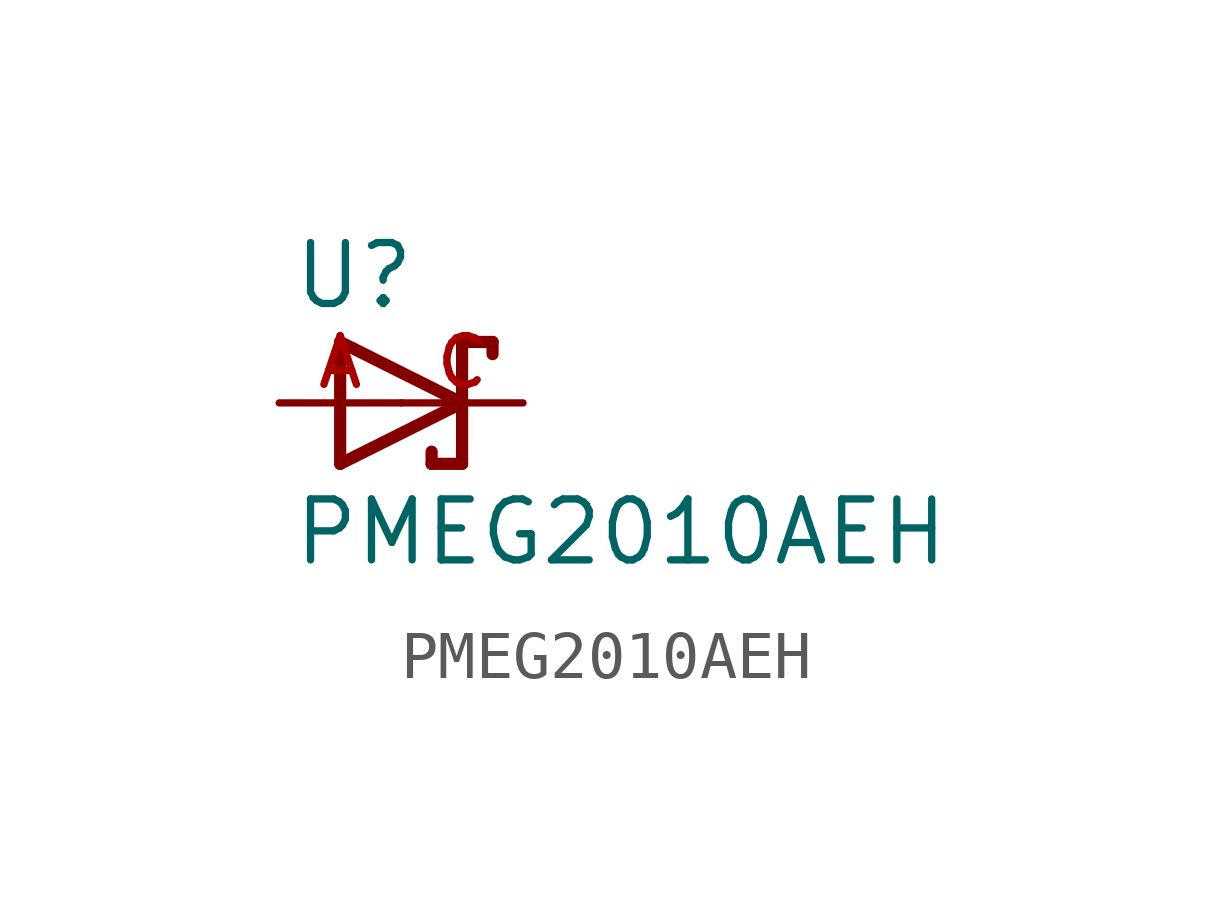
<source format=kicad_sym>
(kicad_symbol_lib
  (version 20211014)
  (generator kicad_symbol_editor)
  (symbol "PMEG2010AEH"
    (pin_names
      (offset 1.016))
    (property "Reference" "U"
      (at -2.29 1.908 0)
      (effects (font (size 1.27 1.27)) (justify bottom left)))
    (property "Value" "PMEG2010AEH"
      (at -2.29 -3.434 0)
      (effects (font (size 1.27 1.27)) (justify bottom left)))
    (symbol "PMEG2010AEH_0_0"
      (polyline (pts (xy -1.27 -1.27) (xy 1.27 0.0)) (stroke (width 0.254)))
      (polyline (pts (xy 1.27 0.0) (xy -1.27 1.27)) (stroke (width 0.254)))
      (polyline (pts (xy 1.905 1.27) (xy 1.27 1.27)) (stroke (width 0.254)))
      (polyline (pts (xy 1.27 1.27) (xy 1.27 0.0)) (stroke (width 0.254)))
      (polyline (pts (xy -1.27 1.27) (xy -1.27 -1.27)) (stroke (width 0.254)))
      (polyline (pts (xy 1.27 0.0) (xy 1.27 -1.27)) (stroke (width 0.254)))
      (polyline (pts (xy 1.905 1.27) (xy 1.905 1.016)) (stroke (width 0.254)))
      (polyline (pts (xy 1.27 -1.27) (xy 0.635 -1.27)) (stroke (width 0.254)))
      (polyline (pts (xy 0.635 -1.016) (xy 0.635 -1.27)) (stroke (width 0.254)))
      (pin passive line (at -2.54 0.0 0) (length 2.54) (name "~" (effects (font (size 1.016 1.016)))) (number "A" (effects (font (size 1.016 1.016)))))
      (pin passive line (at 2.54 0.0 180.0) (length 2.54) (name "~" (effects (font (size 1.016 1.016)))) (number "C" (effects (font (size 1.016 1.016))))))))
</source>
